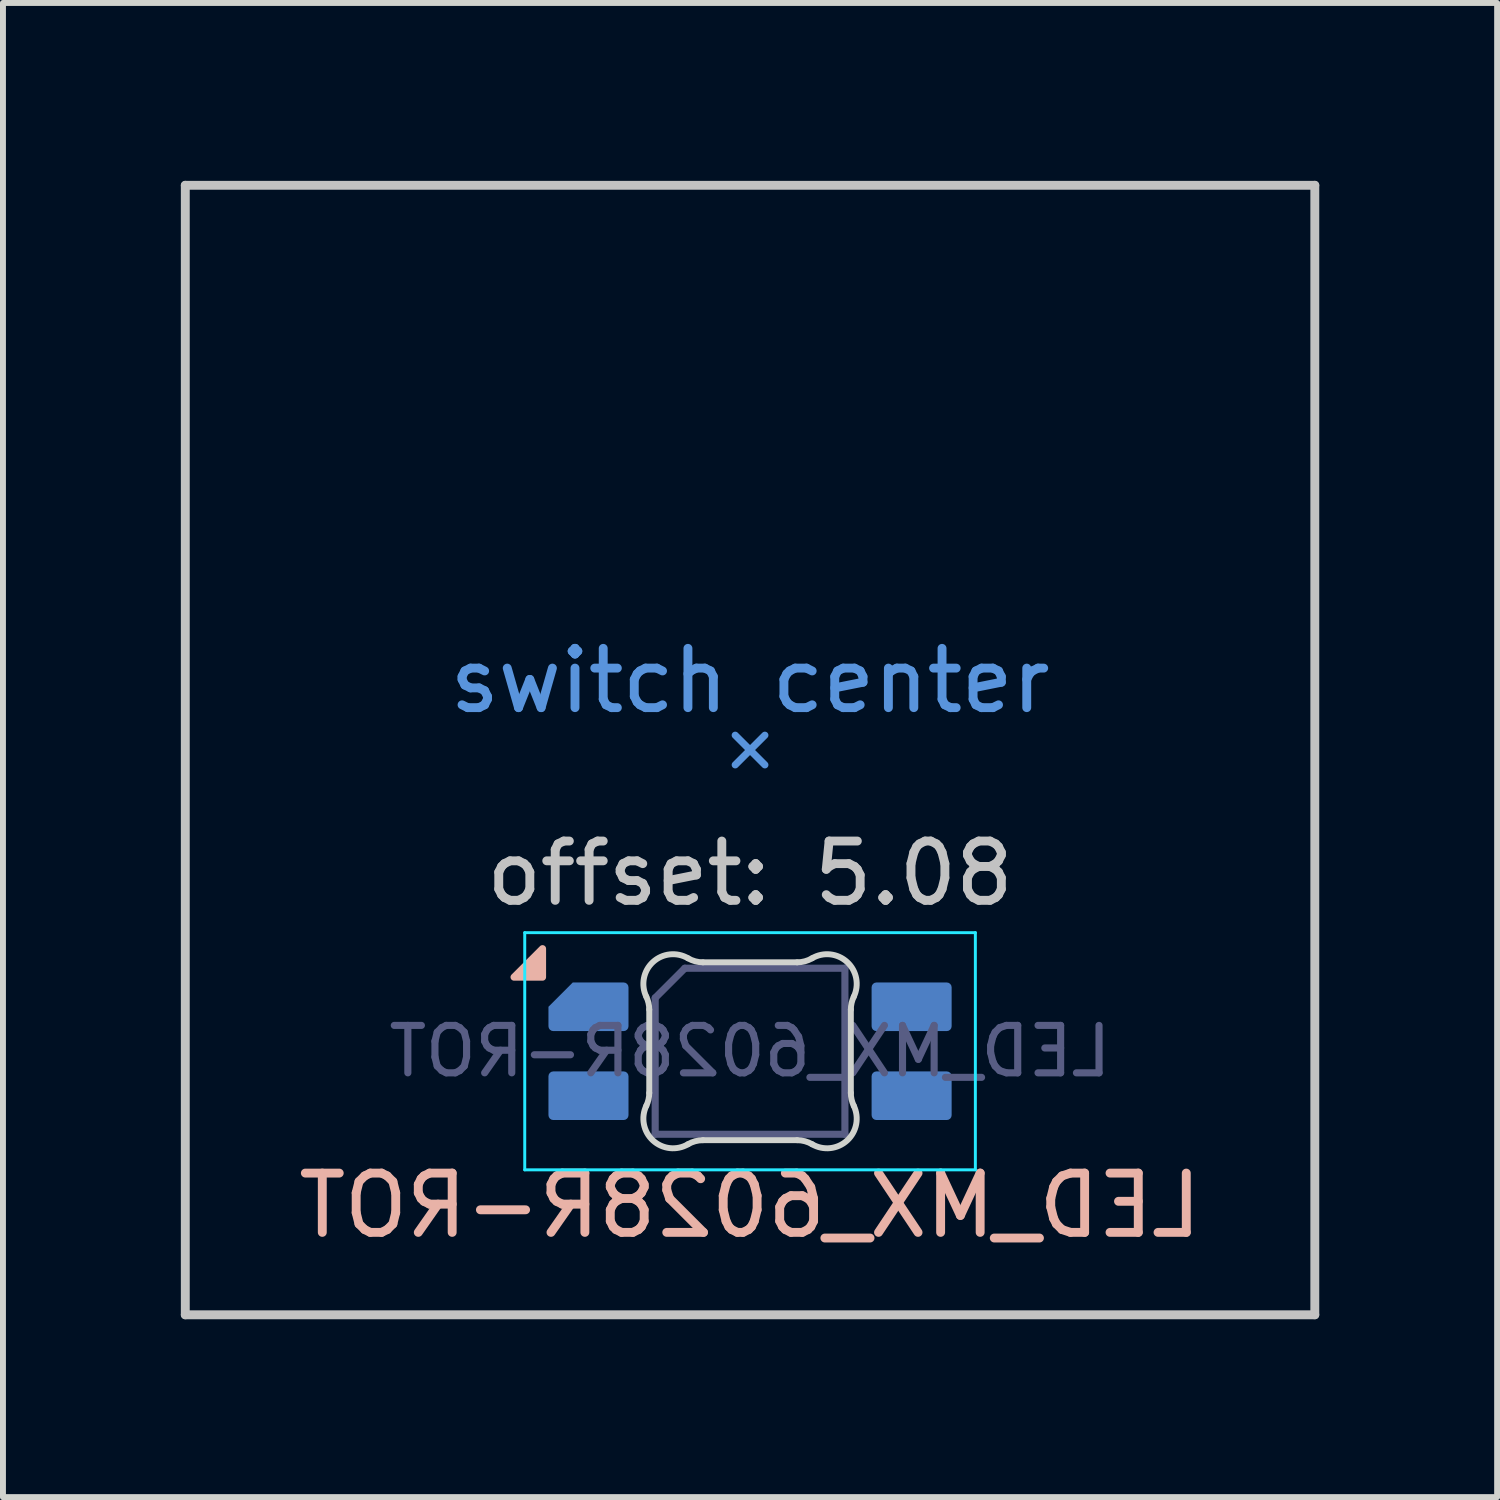
<source format=kicad_pcb>
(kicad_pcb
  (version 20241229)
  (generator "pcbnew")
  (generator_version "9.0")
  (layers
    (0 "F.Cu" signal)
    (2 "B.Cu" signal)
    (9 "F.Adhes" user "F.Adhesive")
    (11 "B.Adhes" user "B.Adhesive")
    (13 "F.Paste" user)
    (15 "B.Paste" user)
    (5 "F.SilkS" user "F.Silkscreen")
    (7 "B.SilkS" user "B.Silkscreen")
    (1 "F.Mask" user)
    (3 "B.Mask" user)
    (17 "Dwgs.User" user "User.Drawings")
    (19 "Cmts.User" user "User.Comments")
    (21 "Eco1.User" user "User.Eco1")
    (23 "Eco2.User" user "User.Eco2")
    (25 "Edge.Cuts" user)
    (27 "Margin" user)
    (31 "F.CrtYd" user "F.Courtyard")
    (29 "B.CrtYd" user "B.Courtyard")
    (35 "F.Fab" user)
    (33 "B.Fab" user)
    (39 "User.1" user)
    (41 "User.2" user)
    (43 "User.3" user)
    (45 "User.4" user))
  (footprint "LED_MX_6028R-ROT"
    (layer "F.Cu")
    (at 9.6 14.68)
    (property "Reference" "LED_MX_6028R-ROT" (at 0 2.6 0) (layer "B.SilkS") (effects (font (size 1 1) (thickness 0.15)) (justify mirror)))
    (attr smd)
    (fp_poly (pts (xy -3.5 -1.25) (xy -3.5 -1.73) (xy -3.98 -1.25) (xy -3.5 -1.25)) (stroke (width 0.12) (type solid)) (fill yes) (layer "B.SilkS"))
    (fp_line (start -9.525 -14.605) (end -9.525 4.445) (stroke (width 0.15) (type solid)) (layer "Dwgs.User"))
    (fp_line (start 9.525 -14.605) (end -9.525 -14.605) (stroke (width 0.15) (type solid)) (layer "Dwgs.User"))
    (fp_line (start 9.525 4.445) (end -9.525 4.445) (stroke (width 0.15) (type solid)) (layer "Dwgs.User"))
    (fp_line (start 9.525 4.445) (end 9.525 -14.605) (stroke (width 0.15) (type solid)) (layer "Dwgs.User"))
    (fp_line (start -0.25 -4.83) (end 0 -5.08) (stroke (width 0.12) (type solid)) (layer "Cmts.User"))
    (fp_line (start 0 -5.08) (end -0.25 -5.33) (stroke (width 0.12) (type solid)) (layer "Cmts.User"))
    (fp_line (start 0 -5.08) (end 0.25 -5.33) (stroke (width 0.12) (type solid)) (layer "Cmts.User"))
    (fp_line (start 0.25 -4.83) (end 0 -5.08) (stroke (width 0.12) (type solid)) (layer "Cmts.User"))
    (fp_line (start -1.7 0.703) (end -1.7 -0.703) (stroke (width 0.1) (type solid)) (layer "Edge.Cuts"))
    (fp_line (start -0.794 -1.5) (end 0.794 -1.5) (stroke (width 0.1) (type solid)) (layer "Edge.Cuts"))
    (fp_line (start 0.794 1.5) (end -0.794 1.5) (stroke (width 0.1) (type solid)) (layer "Edge.Cuts"))
    (fp_line (start 1.7 -0.703) (end 1.7 0.703) (stroke (width 0.1) (type solid)) (layer "Edge.Cuts"))
    (fp_arc (start -1.749484 -0.919719) (mid -1.712526 -0.814067) (end -1.699999 -0.702841) (stroke (width 0.1) (type solid)) (layer "Edge.Cuts"))
    (fp_arc (start -1.749484 -0.919718) (mid -1.638073 -1.504037) (end -1.046711 -1.568298) (stroke (width 0.1) (type solid)) (layer "Edge.Cuts"))
    (fp_arc (start -1.699999 0.702844) (mid -1.712536 0.814066) (end -1.749484 0.919721) (stroke (width 0.1) (type solid)) (layer "Edge.Cuts"))
    (fp_arc (start -1.046711 1.568299) (mid -1.638071 1.504035) (end -1.749484 0.919721) (stroke (width 0.1) (type solid)) (layer "Edge.Cuts"))
    (fp_arc (start -1.046711 1.568299) (mid -0.925123 1.517377) (end -0.794453 1.5) (stroke (width 0.1) (type solid)) (layer "Edge.Cuts"))
    (fp_arc (start -0.794452 -1.499999) (mid -0.925123 -1.517376) (end -1.046711 -1.568298) (stroke (width 0.1) (type solid)) (layer "Edge.Cuts"))
    (fp_arc (start 0.794453 1.500001) (mid 0.925123 1.517378) (end 1.046711 1.5683) (stroke (width 0.1) (type solid)) (layer "Edge.Cuts"))
    (fp_arc (start 1.04671 -1.568298) (mid 0.925122 -1.517376) (end 0.794452 -1.499999) (stroke (width 0.1) (type solid)) (layer "Edge.Cuts"))
    (fp_arc (start 1.046711 -1.568296) (mid 1.63807 -1.504033) (end 1.749484 -0.919719) (stroke (width 0.1) (type solid)) (layer "Edge.Cuts"))
    (fp_arc (start 1.699999 -0.702842) (mid 1.712527 -0.814067) (end 1.749484 -0.919719) (stroke (width 0.1) (type solid)) (layer "Edge.Cuts"))
    (fp_arc (start 1.749484 0.919721) (mid 1.638071 1.504036) (end 1.046711 1.5683) (stroke (width 0.1) (type solid)) (layer "Edge.Cuts"))
    (fp_arc (start 1.749484 0.919721) (mid 1.712527 0.814069) (end 1.699999 0.702843) (stroke (width 0.1) (type solid)) (layer "Edge.Cuts"))
    (fp_line (start -3.8 -2) (end -3.8 2) (stroke (width 0.05) (type solid)) (layer "B.CrtYd"))
    (fp_line (start -3.8 2) (end 3.8 2) (stroke (width 0.05) (type solid)) (layer "B.CrtYd"))
    (fp_line (start 3.8 -2) (end -3.8 -2) (stroke (width 0.05) (type solid)) (layer "B.CrtYd"))
    (fp_line (start 3.8 2) (end 3.8 -2) (stroke (width 0.05) (type solid)) (layer "B.CrtYd"))
    (fp_line (start -1.6 -0.9) (end -1.6 1.4) (stroke (width 0.12) (type solid)) (layer "B.Fab"))
    (fp_line (start -1.6 -0.9) (end -1.1 -1.4) (stroke (width 0.12) (type solid)) (layer "B.Fab"))
    (fp_line (start -1.6 1.4) (end 1.6 1.4) (stroke (width 0.12) (type solid)) (layer "B.Fab"))
    (fp_line (start 1.6 -1.4) (end -1.1 -1.4) (stroke (width 0.12) (type solid)) (layer "B.Fab"))
    (fp_line (start 1.6 1.4) (end 1.6 -1.4) (stroke (width 0.12) (type solid)) (layer "B.Fab"))
    (fp_text user "offset: 5.08" (at 0 -3 0) (layer "Dwgs.User") (effects (font (size 1 1) (thickness 0.15))))
    (fp_text user "switch center" (at 0 -6.25 0) (layer "Cmts.User") (effects (font (size 1 1) (thickness 0.15))))
    (fp_text user "${REFERENCE}" (at 0 0 0) (layer "B.Fab") (effects (font (size 0.8 0.8) (thickness 0.12)) (justify mirror)))
    (pad "1" smd roundrect (at 2.725 0.75 90) (size 0.82 1.35) (layers "B.Cu" "B.Mask" "B.Paste") (roundrect_rratio 0.1))
    (pad "2" smd roundrect (at 2.725 -0.75 90) (size 0.82 1.35) (layers "B.Cu" "B.Mask" "B.Paste") (roundrect_rratio 0.1))
    (pad "3" smd roundrect (at -2.725 0.75 90) (size 0.82 1.35) (layers "B.Cu" "B.Mask" "B.Paste") (roundrect_rratio 0.1))
    (pad "4" smd roundrect (at -2.725 -0.75 90) (size 0.82 1.35) (layers "B.Cu" "B.Mask" "B.Paste") (roundrect_rratio 0.1) (chamfer_ratio 0.5) (chamfer top_right)))
  (gr_rect
    (start -3 -3)
    (end 22.2 22.2)
    (stroke (width 0.1) (type default))
    (fill no)
    (layer "Edge.Cuts")))
</source>
